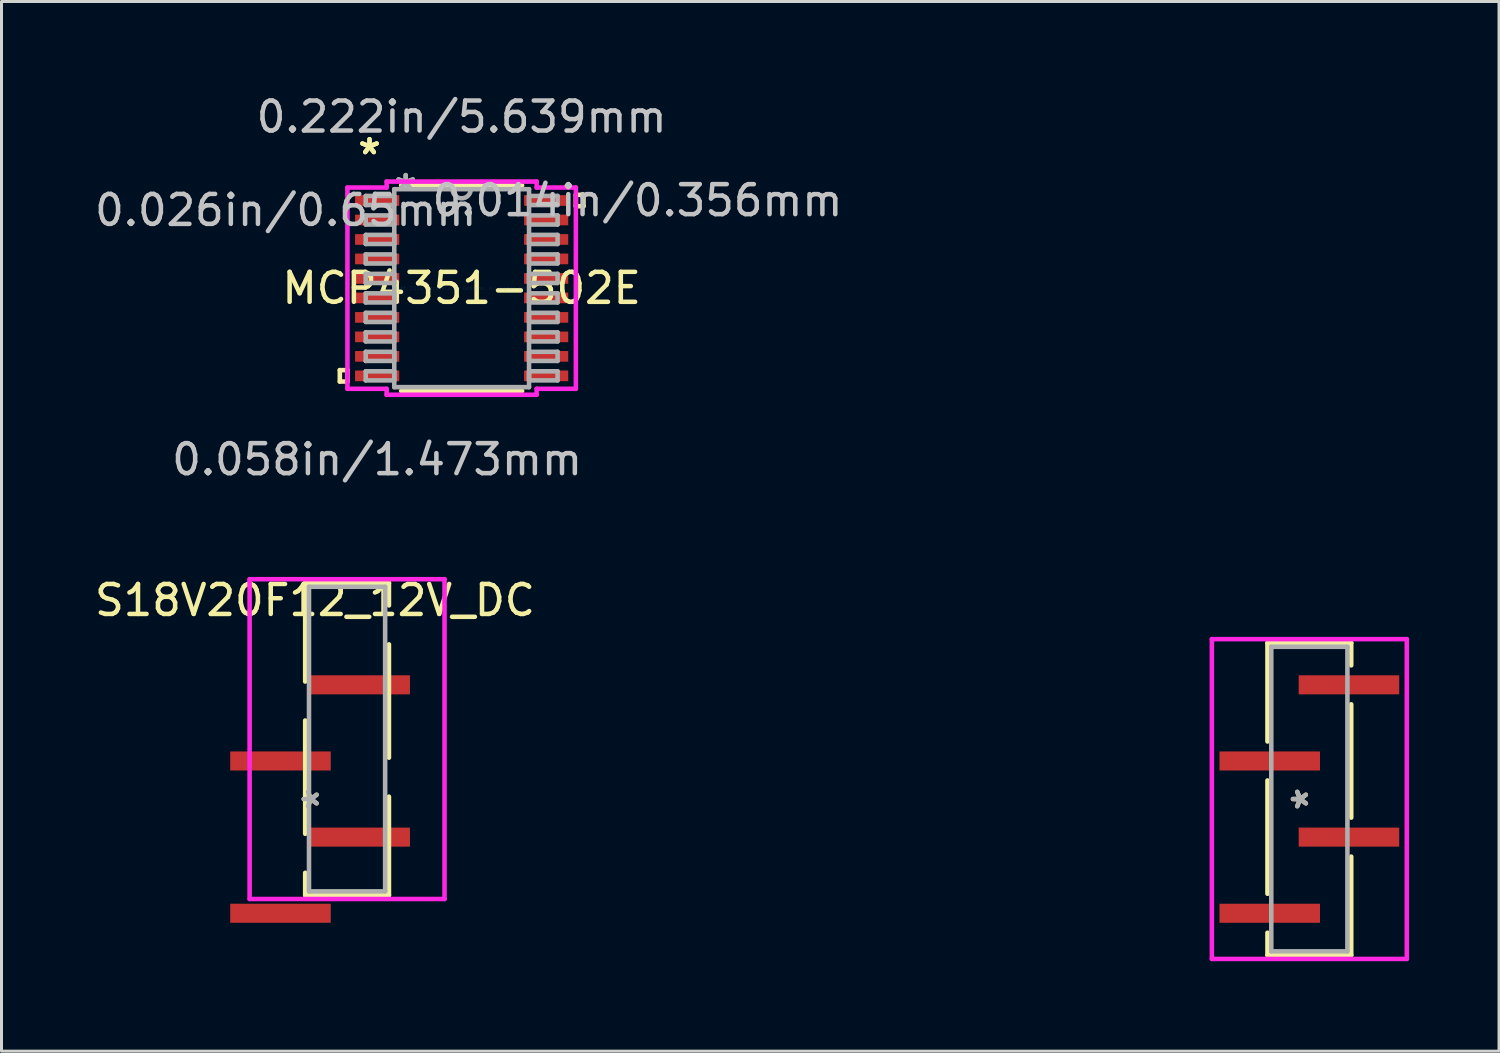
<source format=kicad_pcb>
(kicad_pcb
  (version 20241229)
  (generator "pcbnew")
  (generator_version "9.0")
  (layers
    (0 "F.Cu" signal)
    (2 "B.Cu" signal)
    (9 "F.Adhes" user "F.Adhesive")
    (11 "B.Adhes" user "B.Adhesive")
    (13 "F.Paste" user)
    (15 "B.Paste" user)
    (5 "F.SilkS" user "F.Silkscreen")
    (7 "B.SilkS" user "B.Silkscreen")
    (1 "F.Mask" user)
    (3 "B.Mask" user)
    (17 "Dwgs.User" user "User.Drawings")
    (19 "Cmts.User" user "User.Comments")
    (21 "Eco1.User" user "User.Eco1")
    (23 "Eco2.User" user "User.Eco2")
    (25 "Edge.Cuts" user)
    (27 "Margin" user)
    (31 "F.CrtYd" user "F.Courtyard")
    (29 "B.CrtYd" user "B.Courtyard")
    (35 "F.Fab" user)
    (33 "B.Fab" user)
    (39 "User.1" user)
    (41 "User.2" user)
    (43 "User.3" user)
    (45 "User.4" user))
  (footprint "MCP4351-502E"
    (layer "F.Cu")
    (at 12.35 6.563)
    (property "Reference" "MCP4351-502E" (at 0 0 0) (layer "F.SilkS") (effects (font (size 1 1) (thickness 0.15))))
    (attr through_hole)
    (fp_line (start -4.064 2.734) (end -4.064 3.115) (stroke (width 0.152) (type solid)) (layer "F.SilkS"))
    (fp_line (start -4.064 3.115) (end -3.81 3.115) (stroke (width 0.152) (type solid)) (layer "F.SilkS"))
    (fp_line (start -3.81 2.734) (end -4.064 2.734) (stroke (width 0.152) (type solid)) (layer "F.SilkS"))
    (fp_line (start -3.81 3.115) (end -3.81 2.734) (stroke (width 0.152) (type solid)) (layer "F.SilkS"))
    (fp_line (start -2.017 3.429) (end 2.017 3.429) (stroke (width 0.152) (type solid)) (layer "F.SilkS"))
    (fp_line (start 2.017 -3.429) (end -2.017 -3.429) (stroke (width 0.152) (type solid)) (layer "F.SilkS"))
    (fp_line (start 3.81 -3.115) (end 4.064 -3.115) (stroke (width 0.152) (type solid)) (layer "F.SilkS"))
    (fp_line (start 3.81 -2.734) (end 3.81 -3.115) (stroke (width 0.152) (type solid)) (layer "F.SilkS"))
    (fp_line (start 4.064 -3.115) (end 4.064 -2.734) (stroke (width 0.152) (type solid)) (layer "F.SilkS"))
    (fp_line (start 4.064 -2.734) (end 3.81 -2.734) (stroke (width 0.152) (type solid)) (layer "F.SilkS"))
    (fp_line (start -3.81 -3.357) (end -2.502 -3.357) (stroke (width 0.152) (type solid)) (layer "F.CrtYd"))
    (fp_line (start -3.81 3.357) (end -3.81 -3.357) (stroke (width 0.152) (type solid)) (layer "F.CrtYd"))
    (fp_line (start -2.502 -3.556) (end 2.502 -3.556) (stroke (width 0.152) (type solid)) (layer "F.CrtYd"))
    (fp_line (start -2.502 -3.357) (end -2.502 -3.556) (stroke (width 0.152) (type solid)) (layer "F.CrtYd"))
    (fp_line (start -2.502 3.357) (end -3.81 3.357) (stroke (width 0.152) (type solid)) (layer "F.CrtYd"))
    (fp_line (start -2.502 3.556) (end -2.502 3.357) (stroke (width 0.152) (type solid)) (layer "F.CrtYd"))
    (fp_line (start 2.502 -3.556) (end 2.502 -3.357) (stroke (width 0.152) (type solid)) (layer "F.CrtYd"))
    (fp_line (start 2.502 -3.357) (end 3.81 -3.357) (stroke (width 0.152) (type solid)) (layer "F.CrtYd"))
    (fp_line (start 2.502 3.357) (end 2.502 3.556) (stroke (width 0.152) (type solid)) (layer "F.CrtYd"))
    (fp_line (start 2.502 3.556) (end -2.502 3.556) (stroke (width 0.152) (type solid)) (layer "F.CrtYd"))
    (fp_line (start 3.81 -3.357) (end 3.81 3.357) (stroke (width 0.152) (type solid)) (layer "F.CrtYd"))
    (fp_line (start 3.81 3.357) (end 2.502 3.357) (stroke (width 0.152) (type solid)) (layer "F.CrtYd"))
    (fp_line (start -3.2 -3.077) (end -3.2 -2.773) (stroke (width 0.152) (type solid)) (layer "F.Fab"))
    (fp_line (start -3.2 -2.773) (end -2.248 -2.773) (stroke (width 0.152) (type solid)) (layer "F.Fab"))
    (fp_line (start -3.2 -2.427) (end -3.2 -2.123) (stroke (width 0.152) (type solid)) (layer "F.Fab"))
    (fp_line (start -3.2 -2.123) (end -2.248 -2.123) (stroke (width 0.152) (type solid)) (layer "F.Fab"))
    (fp_line (start -3.2 -1.777) (end -3.2 -1.473) (stroke (width 0.152) (type solid)) (layer "F.Fab"))
    (fp_line (start -3.2 -1.473) (end -2.248 -1.473) (stroke (width 0.152) (type solid)) (layer "F.Fab"))
    (fp_line (start -3.2 -1.127) (end -3.2 -0.823) (stroke (width 0.152) (type solid)) (layer "F.Fab"))
    (fp_line (start -3.2 -0.823) (end -2.248 -0.823) (stroke (width 0.152) (type solid)) (layer "F.Fab"))
    (fp_line (start -3.2 -0.477) (end -3.2 -0.173) (stroke (width 0.152) (type solid)) (layer "F.Fab"))
    (fp_line (start -3.2 -0.173) (end -2.248 -0.173) (stroke (width 0.152) (type solid)) (layer "F.Fab"))
    (fp_line (start -3.2 0.173) (end -3.2 0.477) (stroke (width 0.152) (type solid)) (layer "F.Fab"))
    (fp_line (start -3.2 0.477) (end -2.248 0.477) (stroke (width 0.152) (type solid)) (layer "F.Fab"))
    (fp_line (start -3.2 0.823) (end -3.2 1.127) (stroke (width 0.152) (type solid)) (layer "F.Fab"))
    (fp_line (start -3.2 1.127) (end -2.248 1.127) (stroke (width 0.152) (type solid)) (layer "F.Fab"))
    (fp_line (start -3.2 1.473) (end -3.2 1.777) (stroke (width 0.152) (type solid)) (layer "F.Fab"))
    (fp_line (start -3.2 1.777) (end -2.248 1.777) (stroke (width 0.152) (type solid)) (layer "F.Fab"))
    (fp_line (start -3.2 2.123) (end -3.2 2.427) (stroke (width 0.152) (type solid)) (layer "F.Fab"))
    (fp_line (start -3.2 2.427) (end -2.248 2.427) (stroke (width 0.152) (type solid)) (layer "F.Fab"))
    (fp_line (start -3.2 2.773) (end -3.2 3.077) (stroke (width 0.152) (type solid)) (layer "F.Fab"))
    (fp_line (start -3.2 3.077) (end -2.248 3.077) (stroke (width 0.152) (type solid)) (layer "F.Fab"))
    (fp_line (start -2.248 -3.302) (end -2.248 3.302) (stroke (width 0.152) (type solid)) (layer "F.Fab"))
    (fp_line (start -2.248 -3.077) (end -3.2 -3.077) (stroke (width 0.152) (type solid)) (layer "F.Fab"))
    (fp_line (start -2.248 -2.773) (end -2.248 -3.077) (stroke (width 0.152) (type solid)) (layer "F.Fab"))
    (fp_line (start -2.248 -2.427) (end -3.2 -2.427) (stroke (width 0.152) (type solid)) (layer "F.Fab"))
    (fp_line (start -2.248 -2.123) (end -2.248 -2.427) (stroke (width 0.152) (type solid)) (layer "F.Fab"))
    (fp_line (start -2.248 -1.777) (end -3.2 -1.777) (stroke (width 0.152) (type solid)) (layer "F.Fab"))
    (fp_line (start -2.248 -1.473) (end -2.248 -1.777) (stroke (width 0.152) (type solid)) (layer "F.Fab"))
    (fp_line (start -2.248 -1.127) (end -3.2 -1.127) (stroke (width 0.152) (type solid)) (layer "F.Fab"))
    (fp_line (start -2.248 -0.823) (end -2.248 -1.127) (stroke (width 0.152) (type solid)) (layer "F.Fab"))
    (fp_line (start -2.248 -0.477) (end -3.2 -0.477) (stroke (width 0.152) (type solid)) (layer "F.Fab"))
    (fp_line (start -2.248 -0.173) (end -2.248 -0.477) (stroke (width 0.152) (type solid)) (layer "F.Fab"))
    (fp_line (start -2.248 0.173) (end -3.2 0.173) (stroke (width 0.152) (type solid)) (layer "F.Fab"))
    (fp_line (start -2.248 0.477) (end -2.248 0.173) (stroke (width 0.152) (type solid)) (layer "F.Fab"))
    (fp_line (start -2.248 0.823) (end -3.2 0.823) (stroke (width 0.152) (type solid)) (layer "F.Fab"))
    (fp_line (start -2.248 1.127) (end -2.248 0.823) (stroke (width 0.152) (type solid)) (layer "F.Fab"))
    (fp_line (start -2.248 1.473) (end -3.2 1.473) (stroke (width 0.152) (type solid)) (layer "F.Fab"))
    (fp_line (start -2.248 1.777) (end -2.248 1.473) (stroke (width 0.152) (type solid)) (layer "F.Fab"))
    (fp_line (start -2.248 2.123) (end -3.2 2.123) (stroke (width 0.152) (type solid)) (layer "F.Fab"))
    (fp_line (start -2.248 2.427) (end -2.248 2.123) (stroke (width 0.152) (type solid)) (layer "F.Fab"))
    (fp_line (start -2.248 2.773) (end -3.2 2.773) (stroke (width 0.152) (type solid)) (layer "F.Fab"))
    (fp_line (start -2.248 3.077) (end -2.248 2.773) (stroke (width 0.152) (type solid)) (layer "F.Fab"))
    (fp_line (start -2.248 3.302) (end 2.248 3.302) (stroke (width 0.152) (type solid)) (layer "F.Fab"))
    (fp_line (start 2.248 -3.302) (end -2.248 -3.302) (stroke (width 0.152) (type solid)) (layer "F.Fab"))
    (fp_line (start 2.248 -3.077) (end 2.248 -2.773) (stroke (width 0.152) (type solid)) (layer "F.Fab"))
    (fp_line (start 2.248 -2.773) (end 3.2 -2.773) (stroke (width 0.152) (type solid)) (layer "F.Fab"))
    (fp_line (start 2.248 -2.427) (end 2.248 -2.123) (stroke (width 0.152) (type solid)) (layer "F.Fab"))
    (fp_line (start 2.248 -2.123) (end 3.2 -2.123) (stroke (width 0.152) (type solid)) (layer "F.Fab"))
    (fp_line (start 2.248 -1.777) (end 2.248 -1.473) (stroke (width 0.152) (type solid)) (layer "F.Fab"))
    (fp_line (start 2.248 -1.473) (end 3.2 -1.473) (stroke (width 0.152) (type solid)) (layer "F.Fab"))
    (fp_line (start 2.248 -1.127) (end 2.248 -0.823) (stroke (width 0.152) (type solid)) (layer "F.Fab"))
    (fp_line (start 2.248 -0.823) (end 3.2 -0.823) (stroke (width 0.152) (type solid)) (layer "F.Fab"))
    (fp_line (start 2.248 -0.477) (end 2.248 -0.173) (stroke (width 0.152) (type solid)) (layer "F.Fab"))
    (fp_line (start 2.248 -0.173) (end 3.2 -0.173) (stroke (width 0.152) (type solid)) (layer "F.Fab"))
    (fp_line (start 2.248 0.173) (end 2.248 0.477) (stroke (width 0.152) (type solid)) (layer "F.Fab"))
    (fp_line (start 2.248 0.477) (end 3.2 0.477) (stroke (width 0.152) (type solid)) (layer "F.Fab"))
    (fp_line (start 2.248 0.823) (end 2.248 1.127) (stroke (width 0.152) (type solid)) (layer "F.Fab"))
    (fp_line (start 2.248 1.127) (end 3.2 1.127) (stroke (width 0.152) (type solid)) (layer "F.Fab"))
    (fp_line (start 2.248 1.473) (end 2.248 1.777) (stroke (width 0.152) (type solid)) (layer "F.Fab"))
    (fp_line (start 2.248 1.777) (end 3.2 1.777) (stroke (width 0.152) (type solid)) (layer "F.Fab"))
    (fp_line (start 2.248 2.123) (end 2.248 2.427) (stroke (width 0.152) (type solid)) (layer "F.Fab"))
    (fp_line (start 2.248 2.427) (end 3.2 2.427) (stroke (width 0.152) (type solid)) (layer "F.Fab"))
    (fp_line (start 2.248 2.773) (end 2.248 3.077) (stroke (width 0.152) (type solid)) (layer "F.Fab"))
    (fp_line (start 2.248 3.077) (end 3.2 3.077) (stroke (width 0.152) (type solid)) (layer "F.Fab"))
    (fp_line (start 2.248 3.302) (end 2.248 -3.302) (stroke (width 0.152) (type solid)) (layer "F.Fab"))
    (fp_line (start 3.2 -3.077) (end 2.248 -3.077) (stroke (width 0.152) (type solid)) (layer "F.Fab"))
    (fp_line (start 3.2 -2.773) (end 3.2 -3.077) (stroke (width 0.152) (type solid)) (layer "F.Fab"))
    (fp_line (start 3.2 -2.427) (end 2.248 -2.427) (stroke (width 0.152) (type solid)) (layer "F.Fab"))
    (fp_line (start 3.2 -2.123) (end 3.2 -2.427) (stroke (width 0.152) (type solid)) (layer "F.Fab"))
    (fp_line (start 3.2 -1.777) (end 2.248 -1.777) (stroke (width 0.152) (type solid)) (layer "F.Fab"))
    (fp_line (start 3.2 -1.473) (end 3.2 -1.777) (stroke (width 0.152) (type solid)) (layer "F.Fab"))
    (fp_line (start 3.2 -1.127) (end 2.248 -1.127) (stroke (width 0.152) (type solid)) (layer "F.Fab"))
    (fp_line (start 3.2 -0.823) (end 3.2 -1.127) (stroke (width 0.152) (type solid)) (layer "F.Fab"))
    (fp_line (start 3.2 -0.477) (end 2.248 -0.477) (stroke (width 0.152) (type solid)) (layer "F.Fab"))
    (fp_line (start 3.2 -0.173) (end 3.2 -0.477) (stroke (width 0.152) (type solid)) (layer "F.Fab"))
    (fp_line (start 3.2 0.173) (end 2.248 0.173) (stroke (width 0.152) (type solid)) (layer "F.Fab"))
    (fp_line (start 3.2 0.477) (end 3.2 0.173) (stroke (width 0.152) (type solid)) (layer "F.Fab"))
    (fp_line (start 3.2 0.823) (end 2.248 0.823) (stroke (width 0.152) (type solid)) (layer "F.Fab"))
    (fp_line (start 3.2 1.127) (end 3.2 0.823) (stroke (width 0.152) (type solid)) (layer "F.Fab"))
    (fp_line (start 3.2 1.473) (end 2.248 1.473) (stroke (width 0.152) (type solid)) (layer "F.Fab"))
    (fp_line (start 3.2 1.777) (end 3.2 1.473) (stroke (width 0.152) (type solid)) (layer "F.Fab"))
    (fp_line (start 3.2 2.123) (end 2.248 2.123) (stroke (width 0.152) (type solid)) (layer "F.Fab"))
    (fp_line (start 3.2 2.427) (end 3.2 2.123) (stroke (width 0.152) (type solid)) (layer "F.Fab"))
    (fp_line (start 3.2 2.773) (end 2.248 2.773) (stroke (width 0.152) (type solid)) (layer "F.Fab"))
    (fp_line (start 3.2 3.077) (end 3.2 2.773) (stroke (width 0.152) (type solid)) (layer "F.Fab"))
    (fp_arc (start 0.3048 -3.302) (mid 0 -2.9972) (end -0.3048 -3.302) (stroke (width 0.1524) (type solid)) (layer "F.Fab"))
    (fp_text user "*" (at -3.073 -4.424 0) (layer "F.SilkS") (effects (font (size 1 1) (thickness 0.15))))
    (fp_text user "*" (at -3.073 -4.424 0) (layer "F.SilkS") (effects (font (size 1 1) (thickness 0.15))))
    (fp_text user "0.222in/5.639mm" (at 0 -5.715 0) (layer "Dwgs.User") (effects (font (size 1 1) (thickness 0.15))))
    (fp_text user "0.058in/1.473mm" (at -2.819 5.715 0) (layer "Dwgs.User") (effects (font (size 1 1) (thickness 0.15))))
    (fp_text user "0.026in/0.65mm" (at -5.867 -2.6 0) (layer "Dwgs.User") (effects (font (size 1 1) (thickness 0.15))))
    (fp_text user "0.014in/0.356mm" (at 5.867 -2.925 0) (layer "Dwgs.User") (effects (font (size 1 1) (thickness 0.15))))
    (fp_text user "Copyright 2016 Accelerated Designs. All rights reserved." (at 0 0 0) (layer "Cmts.User") (effects (font (size 0.127 0.127) (thickness 0.002))))
    (fp_text user "*" (at -1.867 -3.226 0) (layer "F.Fab") (effects (font (size 1 1) (thickness 0.15))))
    (fp_text user "*" (at -1.867 -3.226 0) (layer "F.Fab") (effects (font (size 1 1) (thickness 0.15))))
    (pad "1" smd rect (at -2.819 -2.925) (size 1.473 0.356) (layers "F.Cu" "F.Mask" "F.Paste"))
    (pad "2" smd rect (at -2.819 -2.275) (size 1.473 0.356) (layers "F.Cu" "F.Mask" "F.Paste"))
    (pad "3" smd rect (at -2.819 -1.625) (size 1.473 0.356) (layers "F.Cu" "F.Mask" "F.Paste"))
    (pad "4" smd rect (at -2.819 -0.975) (size 1.473 0.356) (layers "F.Cu" "F.Mask" "F.Paste"))
    (pad "5" smd rect (at -2.819 -0.325) (size 1.473 0.356) (layers "F.Cu" "F.Mask" "F.Paste"))
    (pad "6" smd rect (at -2.819 0.325) (size 1.473 0.356) (layers "F.Cu" "F.Mask" "F.Paste"))
    (pad "7" smd rect (at -2.819 0.975) (size 1.473 0.356) (layers "F.Cu" "F.Mask" "F.Paste"))
    (pad "8" smd rect (at -2.819 1.625) (size 1.473 0.356) (layers "F.Cu" "F.Mask" "F.Paste"))
    (pad "9" smd rect (at -2.819 2.275) (size 1.473 0.356) (layers "F.Cu" "F.Mask" "F.Paste"))
    (pad "10" smd rect (at -2.819 2.925) (size 1.473 0.356) (layers "F.Cu" "F.Mask" "F.Paste"))
    (pad "11" smd rect (at 2.819 2.925) (size 1.473 0.356) (layers "F.Cu" "F.Mask" "F.Paste"))
    (pad "12" smd rect (at 2.819 2.275) (size 1.473 0.356) (layers "F.Cu" "F.Mask" "F.Paste"))
    (pad "13" smd rect (at 2.819 1.625) (size 1.473 0.356) (layers "F.Cu" "F.Mask" "F.Paste"))
    (pad "14" smd rect (at 2.819 0.975) (size 1.473 0.356) (layers "F.Cu" "F.Mask" "F.Paste"))
    (pad "15" smd rect (at 2.819 0.325) (size 1.473 0.356) (layers "F.Cu" "F.Mask" "F.Paste"))
    (pad "16" smd rect (at 2.819 -0.325) (size 1.473 0.356) (layers "F.Cu" "F.Mask" "F.Paste"))
    (pad "17" smd rect (at 2.819 -0.975) (size 1.473 0.356) (layers "F.Cu" "F.Mask" "F.Paste"))
    (pad "18" smd rect (at 2.819 -1.625) (size 1.473 0.356) (layers "F.Cu" "F.Mask" "F.Paste"))
    (pad "19" smd rect (at 2.819 -2.275) (size 1.473 0.356) (layers "F.Cu" "F.Mask" "F.Paste"))
    (pad "20" smd rect (at 2.819 -2.925) (size 1.473 0.356) (layers "F.Cu" "F.Mask" "F.Paste")))
  (footprint "S18V20F12_12V_DC"
    (layer "F.Cu")
    (at 4.268 18.165)
    (property "Reference" "S18V20F12_12V_DC" (at 3.19 -1.19 0) (layer "F.SilkS") (effects (font (size 1 1) (thickness 0.15))))
    (attr through_hole)
    (fp_line (start 2.863 -1.767) (end 2.863 1.52) (stroke (width 0.152) (type solid)) (layer "F.SilkS"))
    (fp_line (start 2.863 2.82) (end 2.863 6.6) (stroke (width 0.152) (type solid)) (layer "F.SilkS"))
    (fp_line (start 2.863 7.9) (end 2.863 8.647) (stroke (width 0.152) (type solid)) (layer "F.SilkS"))
    (fp_line (start 2.863 8.647) (end 5.657 8.647) (stroke (width 0.152) (type solid)) (layer "F.SilkS"))
    (fp_line (start 5.657 -1.767) (end 2.863 -1.767) (stroke (width 0.152) (type solid)) (layer "F.SilkS"))
    (fp_line (start 5.657 -1.02) (end 5.657 -1.767) (stroke (width 0.152) (type solid)) (layer "F.SilkS"))
    (fp_line (start 5.657 4.06) (end 5.657 0.28) (stroke (width 0.152) (type solid)) (layer "F.SilkS"))
    (fp_line (start 5.657 8.647) (end 5.657 5.36) (stroke (width 0.152) (type solid)) (layer "F.SilkS"))
    (fp_line (start 34.963 0.233) (end 34.963 3.52) (stroke (width 0.152) (type solid)) (layer "F.SilkS"))
    (fp_line (start 34.963 4.82) (end 34.963 8.6) (stroke (width 0.152) (type solid)) (layer "F.SilkS"))
    (fp_line (start 34.963 9.9) (end 34.963 10.647) (stroke (width 0.152) (type solid)) (layer "F.SilkS"))
    (fp_line (start 34.963 10.647) (end 37.757 10.647) (stroke (width 0.152) (type solid)) (layer "F.SilkS"))
    (fp_line (start 37.757 0.233) (end 34.963 0.233) (stroke (width 0.152) (type solid)) (layer "F.SilkS"))
    (fp_line (start 37.757 0.98) (end 37.757 0.233) (stroke (width 0.152) (type solid)) (layer "F.SilkS"))
    (fp_line (start 37.757 6.06) (end 37.757 2.28) (stroke (width 0.152) (type solid)) (layer "F.SilkS"))
    (fp_line (start 37.757 10.647) (end 37.757 7.36) (stroke (width 0.152) (type solid)) (layer "F.SilkS"))
    (fp_line (start 1.009 -1.894) (end 1.009 8.774) (stroke (width 0.152) (type solid)) (layer "F.CrtYd"))
    (fp_line (start 1.009 8.774) (end 7.511 8.774) (stroke (width 0.152) (type solid)) (layer "F.CrtYd"))
    (fp_line (start 7.511 -1.894) (end 1.009 -1.894) (stroke (width 0.152) (type solid)) (layer "F.CrtYd"))
    (fp_line (start 7.511 8.774) (end 7.511 -1.894) (stroke (width 0.152) (type solid)) (layer "F.CrtYd"))
    (fp_line (start 33.109 0.106) (end 33.109 10.774) (stroke (width 0.152) (type solid)) (layer "F.CrtYd"))
    (fp_line (start 33.109 10.774) (end 39.611 10.774) (stroke (width 0.152) (type solid)) (layer "F.CrtYd"))
    (fp_line (start 39.611 0.106) (end 33.109 0.106) (stroke (width 0.152) (type solid)) (layer "F.CrtYd"))
    (fp_line (start 39.611 10.774) (end 39.611 0.106) (stroke (width 0.152) (type solid)) (layer "F.CrtYd"))
    (fp_line (start 2.99 -1.64) (end 2.99 8.52) (stroke (width 0.152) (type solid)) (layer "F.Fab"))
    (fp_line (start 2.99 8.52) (end 5.53 8.52) (stroke (width 0.152) (type solid)) (layer "F.Fab"))
    (fp_line (start 5.53 -1.64) (end 2.99 -1.64) (stroke (width 0.152) (type solid)) (layer "F.Fab"))
    (fp_line (start 5.53 8.52) (end 5.53 -1.64) (stroke (width 0.152) (type solid)) (layer "F.Fab"))
    (fp_line (start 35.09 0.36) (end 35.09 10.52) (stroke (width 0.152) (type solid)) (layer "F.Fab"))
    (fp_line (start 35.09 10.52) (end 37.63 10.52) (stroke (width 0.152) (type solid)) (layer "F.Fab"))
    (fp_line (start 37.63 0.36) (end 35.09 0.36) (stroke (width 0.152) (type solid)) (layer "F.Fab"))
    (fp_line (start 37.63 10.52) (end 37.63 0.36) (stroke (width 0.152) (type solid)) (layer "F.Fab"))
    (fp_text user "*" (at 3.36 5.44 270) (layer "F.SilkS") (effects (font (size 1 1) (thickness 0.15))))
    (fp_text user "*" (at 36.36 5.44 270) (layer "F.SilkS") (effects (font (size 1 1) (thickness 0.15))))
    (fp_text user "*" (at 3.36 5.44 270) (layer "F.Fab") (effects (font (size 1 1) (thickness 0.15))))
    (fp_text user "*" (at 36.36 5.44 270) (layer "F.Fab") (effects (font (size 1 1) (thickness 0.15))))
    (pad "1" smd rect (at 4.681 1.63 270) (size 0.635 3.353) (layers "F.Cu" "F.Mask" "F.Paste"))
    (pad "2" smd rect (at 2.039 4.17 270) (size 0.635 3.353) (layers "F.Cu" "F.Mask" "F.Paste"))
    (pad "3" smd rect (at 4.681 6.71 270) (size 0.635 3.353) (layers "F.Cu" "F.Mask" "F.Paste"))
    (pad "4" smd rect (at 2.039 9.25 270) (size 0.635 3.353) (layers "F.Cu" "F.Mask" "F.Paste"))
    (pad "5" smd rect (at 35.039 9.25 270) (size 0.635 3.353) (layers "F.Cu" "F.Mask" "F.Paste"))
    (pad "6" smd rect (at 37.681 6.71 270) (size 0.635 3.353) (layers "F.Cu" "F.Mask" "F.Paste"))
    (pad "7" smd rect (at 35.039 4.17 270) (size 0.635 3.353) (layers "F.Cu" "F.Mask" "F.Paste"))
    (pad "8" smd rect (at 37.681 1.63 270) (size 0.635 3.353) (layers "F.Cu" "F.Mask" "F.Paste")))
  (gr_rect
    (start -3 -3)
    (end 46.956 32.015)
    (stroke (width 0.1) (type default))
    (fill no)
    (layer "Edge.Cuts")))
</source>
